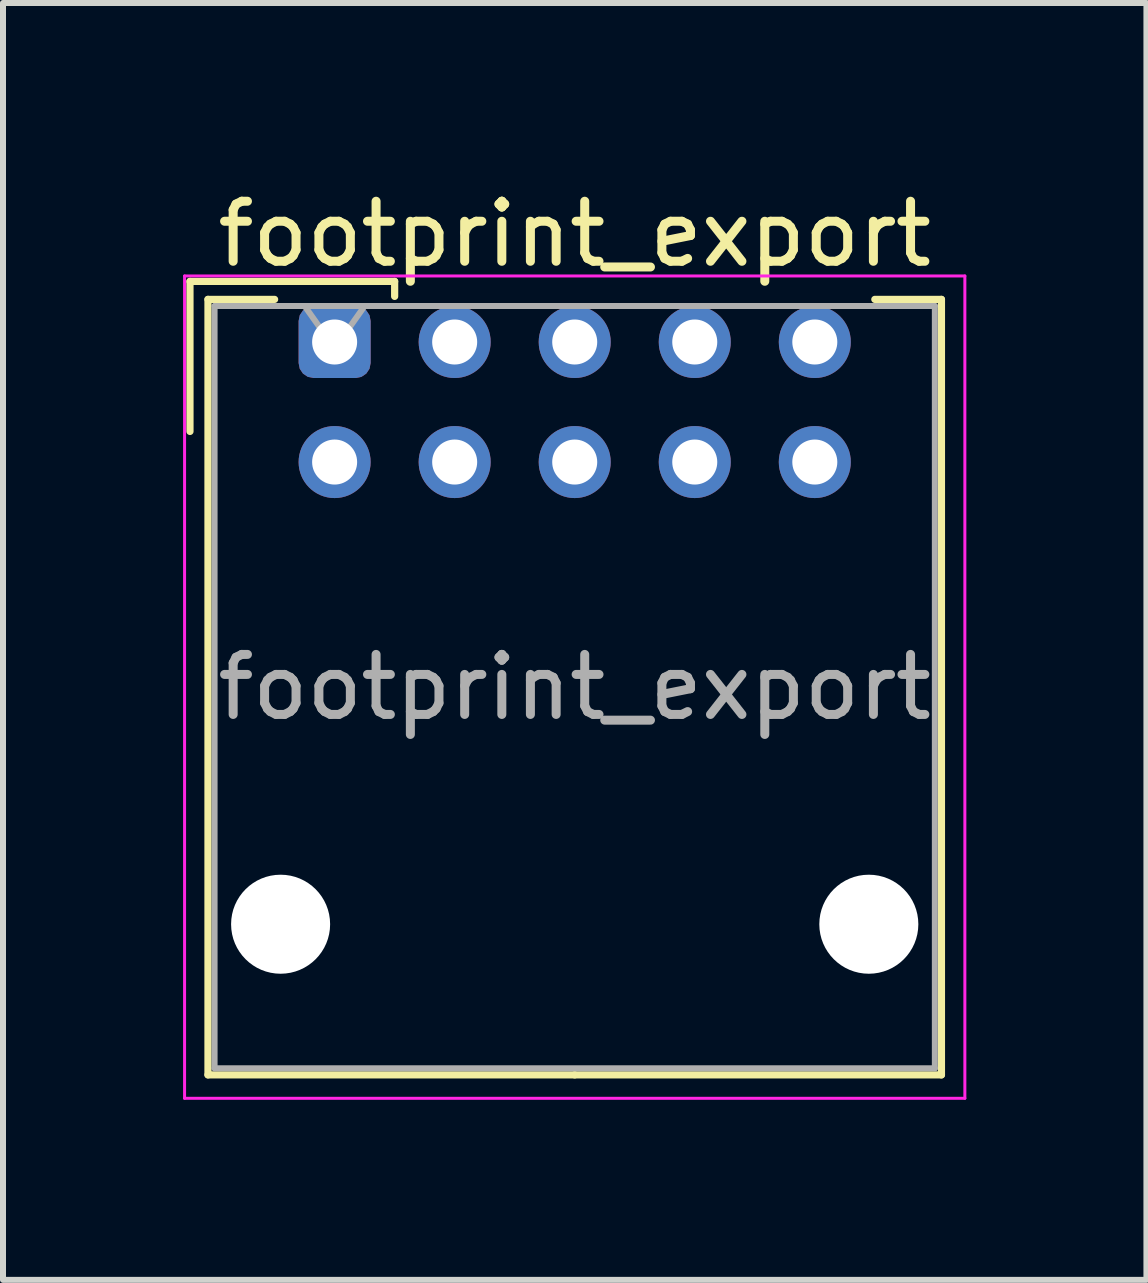
<source format=kicad_pcb>
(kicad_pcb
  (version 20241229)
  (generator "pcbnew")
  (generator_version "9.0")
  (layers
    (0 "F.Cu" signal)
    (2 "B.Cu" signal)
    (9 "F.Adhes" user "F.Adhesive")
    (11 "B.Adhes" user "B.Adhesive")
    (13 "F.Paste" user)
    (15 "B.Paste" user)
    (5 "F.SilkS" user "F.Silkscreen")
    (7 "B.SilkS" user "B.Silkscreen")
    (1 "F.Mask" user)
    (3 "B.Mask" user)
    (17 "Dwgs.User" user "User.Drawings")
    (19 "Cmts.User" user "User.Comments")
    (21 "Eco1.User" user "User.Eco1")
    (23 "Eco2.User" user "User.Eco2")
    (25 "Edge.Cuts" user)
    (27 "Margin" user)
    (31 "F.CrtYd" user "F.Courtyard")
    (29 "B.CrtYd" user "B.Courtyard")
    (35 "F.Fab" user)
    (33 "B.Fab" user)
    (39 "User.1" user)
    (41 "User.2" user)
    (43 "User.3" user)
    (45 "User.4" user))
  (footprint "footprint_export"
    (layer "F.Cu")
    (at 2.525 2.648)
    (property "Reference" "footprint_export" (at 4 -1.8 0) (layer "F.SilkS") (effects (font (size 1 1) (thickness 0.15))))
    (attr through_hole)
    (fp_line (start -2.41 -1.01) (end -2.41 1.49) (stroke (width 0.12) (type solid)) (layer "F.SilkS"))
    (fp_line (start -2.11 -0.71) (end -2.11 12.21) (stroke (width 0.12) (type solid)) (layer "F.SilkS"))
    (fp_line (start -2.11 12.21) (end 4 12.21) (stroke (width 0.12) (type solid)) (layer "F.SilkS"))
    (fp_line (start -1 -0.71) (end -2.11 -0.71) (stroke (width 0.12) (type solid)) (layer "F.SilkS"))
    (fp_line (start 1 -1.01) (end -2.41 -1.01) (stroke (width 0.12) (type solid)) (layer "F.SilkS"))
    (fp_line (start 1 -0.76) (end 1 -1.01) (stroke (width 0.12) (type solid)) (layer "F.SilkS"))
    (fp_line (start 9 -0.71) (end 10.11 -0.71) (stroke (width 0.12) (type solid)) (layer "F.SilkS"))
    (fp_line (start 10.11 -0.71) (end 10.11 12.21) (stroke (width 0.12) (type solid)) (layer "F.SilkS"))
    (fp_line (start 10.11 12.21) (end 4 12.21) (stroke (width 0.12) (type solid)) (layer "F.SilkS"))
    (fp_line (start -2.5 -1.1) (end -2.5 12.6) (stroke (width 0.05) (type solid)) (layer "F.CrtYd"))
    (fp_line (start -2.5 12.6) (end 10.5 12.6) (stroke (width 0.05) (type solid)) (layer "F.CrtYd"))
    (fp_line (start 10.5 -1.1) (end -2.5 -1.1) (stroke (width 0.05) (type solid)) (layer "F.CrtYd"))
    (fp_line (start 10.5 12.6) (end 10.5 -1.1) (stroke (width 0.05) (type solid)) (layer "F.CrtYd"))
    (fp_line (start -2 -0.6) (end -2 12.1) (stroke (width 0.1) (type solid)) (layer "F.Fab"))
    (fp_line (start -2 12.1) (end 10 12.1) (stroke (width 0.1) (type solid)) (layer "F.Fab"))
    (fp_line (start 0 0.107) (end -0.5 -0.6) (stroke (width 0.1) (type solid)) (layer "F.Fab"))
    (fp_line (start 0.5 -0.6) (end 0 0.107) (stroke (width 0.1) (type solid)) (layer "F.Fab"))
    (fp_line (start 10 -0.6) (end -2 -0.6) (stroke (width 0.1) (type solid)) (layer "F.Fab"))
    (fp_line (start 10 12.1) (end 10 -0.6) (stroke (width 0.1) (type solid)) (layer "F.Fab"))
    (fp_text user "${REFERENCE}" (at 4 5.75 0) (layer "F.Fab") (effects (font (size 1 1) (thickness 0.15))))
    (pad "" np_thru_hole circle (at -0.9 9.7) (size 1.65 1.65) (drill 1.65) (layers "*.Cu" "*.Mask"))
    (pad "" np_thru_hole circle (at 8.9 9.7) (size 1.65 1.65) (drill 1.65) (layers "*.Cu" "*.Mask"))
    (pad "1" thru_hole roundrect (at 0 0) (size 1.2 1.2) (drill 0.75) (layers "*.Cu" "*.Mask") (roundrect_rratio 0.208))
    (pad "2" thru_hole circle (at 0 2) (size 1.2 1.2) (drill 0.75) (layers "*.Cu" "*.Mask"))
    (pad "3" thru_hole circle (at 2 0) (size 1.2 1.2) (drill 0.75) (layers "*.Cu" "*.Mask"))
    (pad "4" thru_hole circle (at 2 2) (size 1.2 1.2) (drill 0.75) (layers "*.Cu" "*.Mask"))
    (pad "5" thru_hole circle (at 4 0) (size 1.2 1.2) (drill 0.75) (layers "*.Cu" "*.Mask"))
    (pad "6" thru_hole circle (at 4 2) (size 1.2 1.2) (drill 0.75) (layers "*.Cu" "*.Mask"))
    (pad "7" thru_hole circle (at 6 0) (size 1.2 1.2) (drill 0.75) (layers "*.Cu" "*.Mask"))
    (pad "8" thru_hole circle (at 6 2) (size 1.2 1.2) (drill 0.75) (layers "*.Cu" "*.Mask"))
    (pad "9" thru_hole circle (at 8 0) (size 1.2 1.2) (drill 0.75) (layers "*.Cu" "*.Mask"))
    (pad "10" thru_hole circle (at 8 2) (size 1.2 1.2) (drill 0.75) (layers "*.Cu" "*.Mask")))
  (gr_rect
    (start -3 -3)
    (end 16.05 18.273)
    (stroke (width 0.1) (type default))
    (fill no)
    (layer "Edge.Cuts")))
</source>
